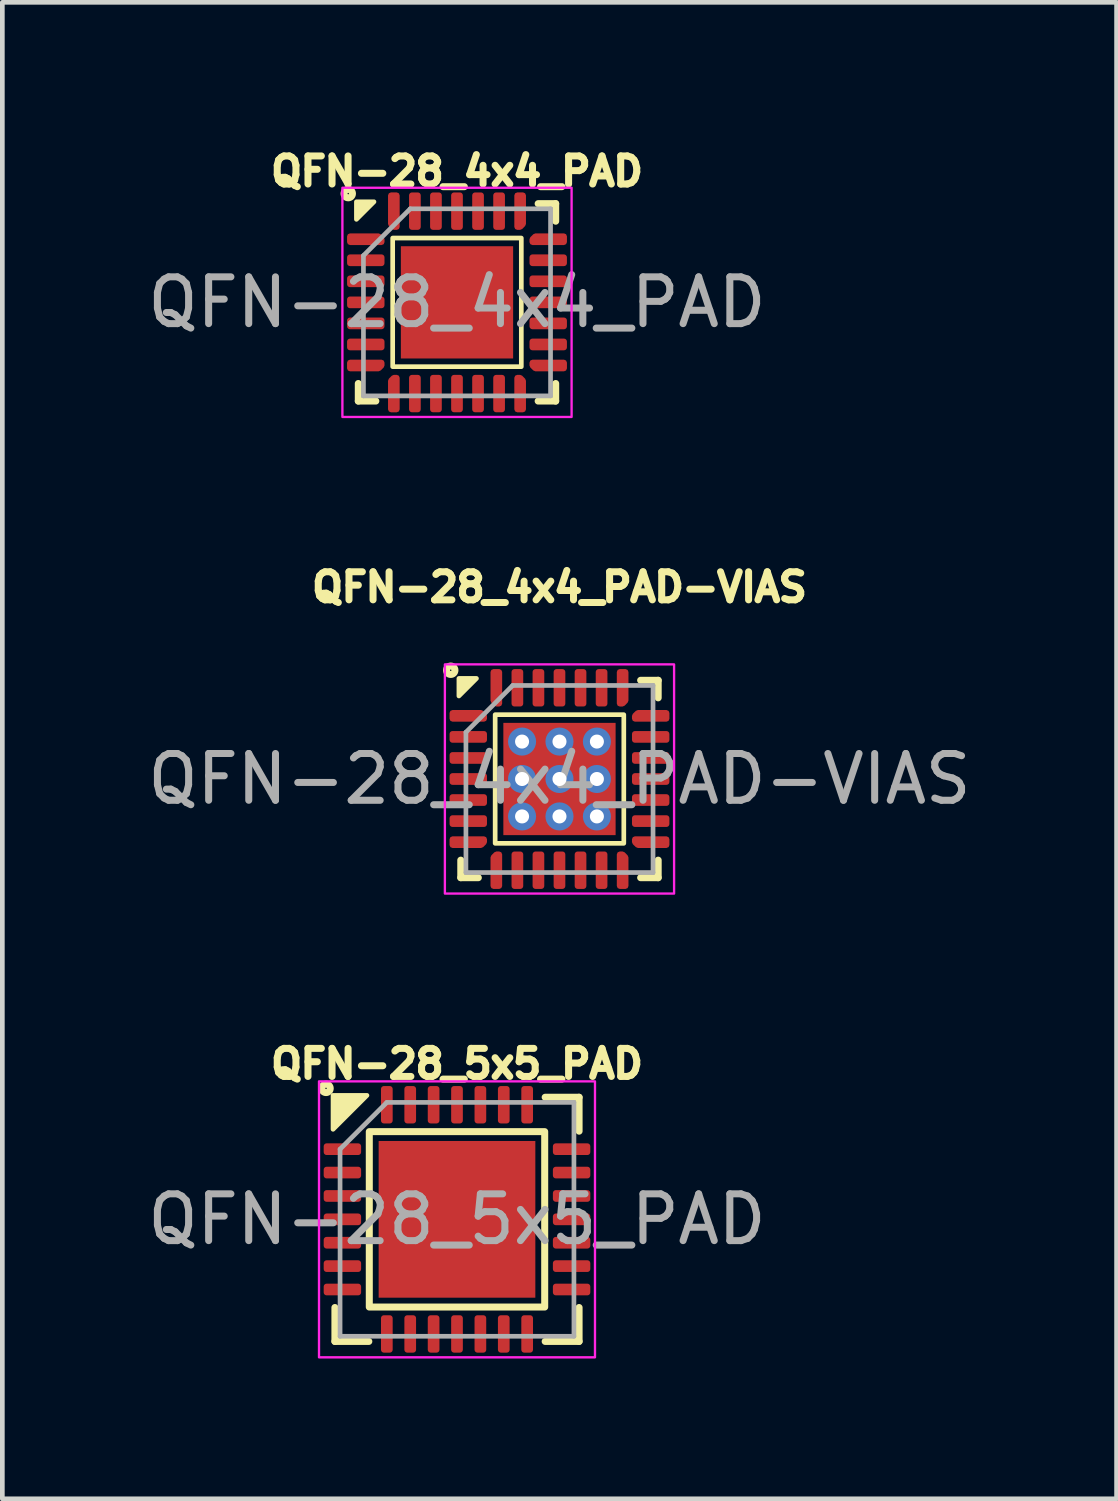
<source format=kicad_pcb>
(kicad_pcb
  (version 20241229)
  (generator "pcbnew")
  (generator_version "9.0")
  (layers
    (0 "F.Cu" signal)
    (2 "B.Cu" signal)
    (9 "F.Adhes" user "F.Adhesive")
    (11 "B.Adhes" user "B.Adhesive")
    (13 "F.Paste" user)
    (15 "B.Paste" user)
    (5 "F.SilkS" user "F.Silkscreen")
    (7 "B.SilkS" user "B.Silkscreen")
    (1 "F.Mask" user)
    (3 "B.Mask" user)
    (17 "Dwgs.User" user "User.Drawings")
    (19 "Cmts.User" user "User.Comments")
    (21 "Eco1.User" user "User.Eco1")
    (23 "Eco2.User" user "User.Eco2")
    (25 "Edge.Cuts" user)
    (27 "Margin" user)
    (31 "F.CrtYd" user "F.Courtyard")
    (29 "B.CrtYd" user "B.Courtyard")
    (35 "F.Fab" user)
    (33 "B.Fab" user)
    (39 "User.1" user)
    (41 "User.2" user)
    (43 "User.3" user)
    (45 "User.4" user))
  (footprint "QFN-28_4x4_PAD-VIAS"
    (layer "F.Cu")
    (at 8.911 13.604)
    (property "Reference" "QFN-28_4x4_PAD-VIAS" (at 0 -4.1 0) (unlocked yes) (layer "F.SilkS") (effects (font (size 0.6 0.6) (thickness 0.15) (bold yes))))
    (attr smd)
    (fp_line (start -2.11 2.11) (end -2.11 1.735) (stroke (width 0.15) (type solid)) (layer "F.SilkS"))
    (fp_line (start -1.735 2.11) (end -2.11 2.11) (stroke (width 0.15) (type solid)) (layer "F.SilkS"))
    (fp_line (start 1.735 -2.11) (end 2.11 -2.11) (stroke (width 0.15) (type solid)) (layer "F.SilkS"))
    (fp_line (start 1.735 2.11) (end 2.11 2.11) (stroke (width 0.15) (type solid)) (layer "F.SilkS"))
    (fp_line (start 2.11 -2.11) (end 2.11 -1.735) (stroke (width 0.15) (type solid)) (layer "F.SilkS"))
    (fp_line (start 2.11 2.11) (end 2.11 1.735) (stroke (width 0.15) (type solid)) (layer "F.SilkS"))
    (fp_rect (start -1.375 -1.375) (end 1.375 1.375) (stroke (width 0.1) (type default)) (fill no) (layer "F.SilkS"))
    (fp_circle (center -2.325 -2.325) (end -2.235 -2.325) (stroke (width 0.15) (type default)) (fill no) (layer "F.SilkS"))
    (fp_poly (pts (xy -1.775 -2.15) (xy -2.15 -2.15) (xy -2.15 -1.775)) (stroke (width 0.1) (type solid)) (fill yes) (layer "F.SilkS"))
    (fp_rect (start -2.45 -2.45) (end 2.45 2.45) (stroke (width 0.05) (type default)) (fill no) (layer "F.CrtYd"))
    (fp_line (start -2 -1) (end -1 -2) (stroke (width 0.1) (type solid)) (layer "F.Fab"))
    (fp_line (start -2 2) (end -2 -1) (stroke (width 0.1) (type solid)) (layer "F.Fab"))
    (fp_line (start -1 -2) (end 2 -2) (stroke (width 0.1) (type solid)) (layer "F.Fab"))
    (fp_line (start 2 -2) (end 2 2) (stroke (width 0.1) (type solid)) (layer "F.Fab"))
    (fp_line (start 2 2) (end -2 2) (stroke (width 0.1) (type solid)) (layer "F.Fab"))
    (fp_text user "${REFERENCE}" (at 0 0 0) (unlocked yes) (layer "F.Fab") (effects (font (size 1 1) (thickness 0.15))))
    (pad "" smd roundrect (at -0.6 -0.6) (size 0.97 0.97) (layers "F.Paste") (roundrect_rratio 0.25))
    (pad "" smd roundrect (at -0.6 0.6) (size 0.97 0.97) (layers "F.Paste") (roundrect_rratio 0.25))
    (pad "" smd roundrect (at 0.6 -0.6) (size 0.97 0.97) (layers "F.Paste") (roundrect_rratio 0.25))
    (pad "" smd roundrect (at 0.6 0.6) (size 0.97 0.97) (layers "F.Paste") (roundrect_rratio 0.25))
    (pad "1" smd custom (at -1.95 -1.35) (size 0.179 0.179) (layers "F.Cu" "F.Mask" "F.Paste") (options (anchor circle)) (primitives (gr_poly (pts (xy 0.338 0.001) (xy 0.338 0.062) (xy -0.338 0.062) (xy -0.338 -0.062) (xy 0.274 -0.062)) (width 0.125) (fill yes))))
    (pad "2" smd roundrect (at -1.95 -0.9) (size 0.8 0.25) (layers "F.Cu" "F.Mask" "F.Paste") (roundrect_rratio 0.25))
    (pad "3" smd roundrect (at -1.95 -0.45) (size 0.8 0.25) (layers "F.Cu" "F.Mask" "F.Paste") (roundrect_rratio 0.25))
    (pad "4" smd roundrect (at -1.95 0) (size 0.8 0.25) (layers "F.Cu" "F.Mask" "F.Paste") (roundrect_rratio 0.25))
    (pad "5" smd roundrect (at -1.95 0.45) (size 0.8 0.25) (layers "F.Cu" "F.Mask" "F.Paste") (roundrect_rratio 0.25))
    (pad "6" smd roundrect (at -1.95 0.9) (size 0.8 0.25) (layers "F.Cu" "F.Mask" "F.Paste") (roundrect_rratio 0.25))
    (pad "7" smd custom (at -1.95 1.35) (size 0.179 0.179) (layers "F.Cu" "F.Mask" "F.Paste") (options (anchor circle)) (primitives (gr_poly (pts (xy 0.338 -0.001) (xy 0.274 0.062) (xy -0.338 0.062) (xy -0.338 -0.062) (xy 0.338 -0.062)) (width 0.125) (fill yes))))
    (pad "8" smd custom (at -1.35 1.95) (size 0.179 0.179) (layers "F.Cu" "F.Mask" "F.Paste") (options (anchor circle)) (primitives (gr_poly (pts (xy 0.062 0.338) (xy -0.062 0.338) (xy -0.062 -0.274) (xy 0.001 -0.338) (xy 0.062 -0.338)) (width 0.125) (fill yes))))
    (pad "9" smd roundrect (at -0.9 1.95) (size 0.25 0.8) (layers "F.Cu" "F.Mask" "F.Paste") (roundrect_rratio 0.25))
    (pad "10" smd roundrect (at -0.45 1.95) (size 0.25 0.8) (layers "F.Cu" "F.Mask" "F.Paste") (roundrect_rratio 0.25))
    (pad "11" smd roundrect (at 0 1.95) (size 0.25 0.8) (layers "F.Cu" "F.Mask" "F.Paste") (roundrect_rratio 0.25))
    (pad "12" smd roundrect (at 0.45 1.95) (size 0.25 0.8) (layers "F.Cu" "F.Mask" "F.Paste") (roundrect_rratio 0.25))
    (pad "13" smd roundrect (at 0.9 1.95) (size 0.25 0.8) (layers "F.Cu" "F.Mask" "F.Paste") (roundrect_rratio 0.25))
    (pad "14" smd custom (at 1.35 1.95) (size 0.179 0.179) (layers "F.Cu" "F.Mask" "F.Paste") (options (anchor circle)) (primitives (gr_poly (pts (xy 0.062 -0.274) (xy 0.062 0.338) (xy -0.062 0.338) (xy -0.062 -0.338) (xy -0.001 -0.338)) (width 0.125) (fill yes))))
    (pad "15" smd custom (at 1.95 1.35) (size 0.179 0.179) (layers "F.Cu" "F.Mask" "F.Paste") (options (anchor circle)) (primitives (gr_poly (pts (xy 0.338 0.062) (xy -0.274 0.062) (xy -0.338 -0.001) (xy -0.338 -0.062) (xy 0.338 -0.062)) (width 0.125) (fill yes))))
    (pad "16" smd roundrect (at 1.95 0.9) (size 0.8 0.25) (layers "F.Cu" "F.Mask" "F.Paste") (roundrect_rratio 0.25))
    (pad "17" smd roundrect (at 1.95 0.45) (size 0.8 0.25) (layers "F.Cu" "F.Mask" "F.Paste") (roundrect_rratio 0.25))
    (pad "18" smd roundrect (at 1.95 0) (size 0.8 0.25) (layers "F.Cu" "F.Mask" "F.Paste") (roundrect_rratio 0.25))
    (pad "19" smd roundrect (at 1.95 -0.45) (size 0.8 0.25) (layers "F.Cu" "F.Mask" "F.Paste") (roundrect_rratio 0.25))
    (pad "20" smd roundrect (at 1.95 -0.9) (size 0.8 0.25) (layers "F.Cu" "F.Mask" "F.Paste") (roundrect_rratio 0.25))
    (pad "21" smd custom (at 1.95 -1.35) (size 0.179 0.179) (layers "F.Cu" "F.Mask" "F.Paste") (options (anchor circle)) (primitives (gr_poly (pts (xy 0.338 0.062) (xy -0.338 0.062) (xy -0.338 0.001) (xy -0.274 -0.062) (xy 0.338 -0.062)) (width 0.125) (fill yes))))
    (pad "22" smd custom (at 1.35 -1.95) (size 0.179 0.179) (layers "F.Cu" "F.Mask" "F.Paste") (options (anchor circle)) (primitives (gr_poly (pts (xy 0.062 0.274) (xy -0.001 0.338) (xy -0.062 0.338) (xy -0.062 -0.338) (xy 0.062 -0.338)) (width 0.125) (fill yes))))
    (pad "23" smd roundrect (at 0.9 -1.95) (size 0.25 0.8) (layers "F.Cu" "F.Mask" "F.Paste") (roundrect_rratio 0.25))
    (pad "24" smd roundrect (at 0.45 -1.95) (size 0.25 0.8) (layers "F.Cu" "F.Mask" "F.Paste") (roundrect_rratio 0.25))
    (pad "25" smd roundrect (at 0 -1.95) (size 0.25 0.8) (layers "F.Cu" "F.Mask" "F.Paste") (roundrect_rratio 0.25))
    (pad "26" smd roundrect (at -0.45 -1.95) (size 0.25 0.8) (layers "F.Cu" "F.Mask" "F.Paste") (roundrect_rratio 0.25))
    (pad "27" smd roundrect (at -0.9 -1.95) (size 0.25 0.8) (layers "F.Cu" "F.Mask" "F.Paste") (roundrect_rratio 0.25))
    (pad "28" smd custom (at -1.35 -1.95) (size 0.179 0.179) (layers "F.Cu" "F.Mask" "F.Paste") (options (anchor circle)) (primitives (gr_poly (pts (xy 0.062 0.338) (xy 0.001 0.338) (xy -0.062 0.274) (xy -0.062 -0.338) (xy 0.062 -0.338)) (width 0.125) (fill yes))))
    (pad "29" thru_hole circle (at -0.8 -0.8) (size 0.6 0.6) (drill 0.3) (layers "*.Cu"))
    (pad "29" thru_hole circle (at -0.8 0) (size 0.6 0.6) (drill 0.3) (layers "*.Cu"))
    (pad "29" thru_hole circle (at -0.8 0.8) (size 0.6 0.6) (drill 0.3) (layers "*.Cu"))
    (pad "29" thru_hole circle (at 0 -0.8) (size 0.6 0.6) (drill 0.3) (layers "*.Cu"))
    (pad "29" thru_hole circle (at 0 0) (size 0.6 0.6) (drill 0.3) (layers "*.Cu"))
    (pad "29" smd rect (at 0 0) (size 2.4 2.4) (layers "F.Cu" "F.Mask"))
    (pad "29" thru_hole circle (at 0 0.8) (size 0.6 0.6) (drill 0.3) (layers "*.Cu"))
    (pad "29" thru_hole circle (at 0.8 -0.8) (size 0.6 0.6) (drill 0.3) (layers "*.Cu"))
    (pad "29" thru_hole circle (at 0.8 0) (size 0.6 0.6) (drill 0.3) (layers "*.Cu"))
    (pad "29" thru_hole circle (at 0.8 0.8) (size 0.6 0.6) (drill 0.3) (layers "*.Cu")))
  (footprint "QFN-28_5x5_PAD"
    (layer "F.Cu")
    (at 6.72 23.018)
    (property "Reference" "QFN-28_5x5_PAD" (at 0 -3.325 0) (unlocked yes) (layer "F.SilkS") (effects (font (size 0.6 0.6) (thickness 0.15) (bold yes))))
    (attr smd)
    (fp_line (start -2.61 2.61) (end -2.61 1.885) (stroke (width 0.15) (type solid)) (layer "F.SilkS"))
    (fp_line (start -1.885 2.61) (end -2.61 2.61) (stroke (width 0.15) (type solid)) (layer "F.SilkS"))
    (fp_line (start 1.885 -2.61) (end 2.61 -2.61) (stroke (width 0.15) (type solid)) (layer "F.SilkS"))
    (fp_line (start 1.885 2.61) (end 2.61 2.61) (stroke (width 0.15) (type solid)) (layer "F.SilkS"))
    (fp_line (start 2.61 -2.61) (end 2.61 -1.885) (stroke (width 0.15) (type solid)) (layer "F.SilkS"))
    (fp_line (start 2.61 2.61) (end 2.61 1.885) (stroke (width 0.15) (type solid)) (layer "F.SilkS"))
    (fp_rect (start -1.875 -1.875) (end 1.875 1.875) (stroke (width 0.15) (type solid)) (fill no) (layer "F.SilkS"))
    (fp_circle (center -2.8 -2.8) (end -2.71 -2.8) (stroke (width 0.15) (type default)) (fill no) (layer "F.SilkS"))
    (fp_poly (pts (xy -2.65 -2.65) (xy -2.65 -1.925) (xy -1.925 -2.65)) (stroke (width 0.1) (type solid)) (fill yes) (layer "F.SilkS"))
    (fp_rect (start -2.95 -2.95) (end 2.95 2.95) (stroke (width 0.05) (type default)) (fill no) (layer "F.CrtYd"))
    (fp_line (start -2.5 -1.5) (end -1.5 -2.5) (stroke (width 0.1) (type solid)) (layer "F.Fab"))
    (fp_line (start -2.5 2.5) (end -2.5 -1.5) (stroke (width 0.1) (type solid)) (layer "F.Fab"))
    (fp_line (start -1.5 -2.5) (end 2.5 -2.5) (stroke (width 0.1) (type solid)) (layer "F.Fab"))
    (fp_line (start 2.5 -2.5) (end 2.5 2.5) (stroke (width 0.1) (type solid)) (layer "F.Fab"))
    (fp_line (start 2.5 2.5) (end -2.5 2.5) (stroke (width 0.1) (type solid)) (layer "F.Fab"))
    (fp_text user "${REFERENCE}" (at 0 0 0) (unlocked yes) (layer "F.Fab") (effects (font (size 1 1) (thickness 0.15))))
    (pad "" smd roundrect (at -1.12 -1.12) (size 0.9 0.9) (layers "F.Paste") (roundrect_rratio 0.25))
    (pad "" smd roundrect (at -1.12 0) (size 0.9 0.9) (layers "F.Paste") (roundrect_rratio 0.25))
    (pad "" smd roundrect (at -1.12 1.12) (size 0.9 0.9) (layers "F.Paste") (roundrect_rratio 0.25))
    (pad "" smd roundrect (at 0 -1.12) (size 0.9 0.9) (layers "F.Paste") (roundrect_rratio 0.25))
    (pad "" smd roundrect (at 0 0) (size 0.9 0.9) (layers "F.Paste") (roundrect_rratio 0.25))
    (pad "" smd roundrect (at 0 1.12) (size 0.9 0.9) (layers "F.Paste") (roundrect_rratio 0.25))
    (pad "" smd roundrect (at 1.12 -1.12) (size 0.9 0.9) (layers "F.Paste") (roundrect_rratio 0.25))
    (pad "" smd roundrect (at 1.12 0) (size 0.9 0.9) (layers "F.Paste") (roundrect_rratio 0.25))
    (pad "" smd roundrect (at 1.12 1.12) (size 0.9 0.9) (layers "F.Paste") (roundrect_rratio 0.25))
    (pad "1" smd roundrect (at -2.45 -1.5) (size 0.8 0.25) (layers "F.Cu" "F.Mask" "F.Paste") (roundrect_rratio 0.25))
    (pad "2" smd roundrect (at -2.45 -1) (size 0.8 0.25) (layers "F.Cu" "F.Mask" "F.Paste") (roundrect_rratio 0.25))
    (pad "3" smd roundrect (at -2.45 -0.5) (size 0.8 0.25) (layers "F.Cu" "F.Mask" "F.Paste") (roundrect_rratio 0.25))
    (pad "4" smd roundrect (at -2.45 0) (size 0.8 0.25) (layers "F.Cu" "F.Mask" "F.Paste") (roundrect_rratio 0.25))
    (pad "5" smd roundrect (at -2.45 0.5) (size 0.8 0.25) (layers "F.Cu" "F.Mask" "F.Paste") (roundrect_rratio 0.25))
    (pad "6" smd roundrect (at -2.45 1) (size 0.8 0.25) (layers "F.Cu" "F.Mask" "F.Paste") (roundrect_rratio 0.25))
    (pad "7" smd roundrect (at -2.45 1.5) (size 0.8 0.25) (layers "F.Cu" "F.Mask" "F.Paste") (roundrect_rratio 0.25))
    (pad "8" smd roundrect (at -1.5 2.45) (size 0.25 0.8) (layers "F.Cu" "F.Mask" "F.Paste") (roundrect_rratio 0.25))
    (pad "9" smd roundrect (at -1 2.45) (size 0.25 0.8) (layers "F.Cu" "F.Mask" "F.Paste") (roundrect_rratio 0.25))
    (pad "10" smd roundrect (at -0.5 2.45) (size 0.25 0.8) (layers "F.Cu" "F.Mask" "F.Paste") (roundrect_rratio 0.25))
    (pad "11" smd roundrect (at 0 2.45) (size 0.25 0.8) (layers "F.Cu" "F.Mask" "F.Paste") (roundrect_rratio 0.25))
    (pad "12" smd roundrect (at 0.5 2.45) (size 0.25 0.8) (layers "F.Cu" "F.Mask" "F.Paste") (roundrect_rratio 0.25))
    (pad "13" smd roundrect (at 1 2.45) (size 0.25 0.8) (layers "F.Cu" "F.Mask" "F.Paste") (roundrect_rratio 0.25))
    (pad "14" smd roundrect (at 1.5 2.45) (size 0.25 0.8) (layers "F.Cu" "F.Mask" "F.Paste") (roundrect_rratio 0.25))
    (pad "15" smd roundrect (at 2.45 1.5) (size 0.8 0.25) (layers "F.Cu" "F.Mask" "F.Paste") (roundrect_rratio 0.25))
    (pad "16" smd roundrect (at 2.45 1) (size 0.8 0.25) (layers "F.Cu" "F.Mask" "F.Paste") (roundrect_rratio 0.25))
    (pad "17" smd roundrect (at 2.45 0.5) (size 0.8 0.25) (layers "F.Cu" "F.Mask" "F.Paste") (roundrect_rratio 0.25))
    (pad "18" smd roundrect (at 2.45 0) (size 0.8 0.25) (layers "F.Cu" "F.Mask" "F.Paste") (roundrect_rratio 0.25))
    (pad "19" smd roundrect (at 2.45 -0.5) (size 0.8 0.25) (layers "F.Cu" "F.Mask" "F.Paste") (roundrect_rratio 0.25))
    (pad "20" smd roundrect (at 2.45 -1) (size 0.8 0.25) (layers "F.Cu" "F.Mask" "F.Paste") (roundrect_rratio 0.25))
    (pad "21" smd roundrect (at 2.45 -1.5) (size 0.8 0.25) (layers "F.Cu" "F.Mask" "F.Paste") (roundrect_rratio 0.25))
    (pad "22" smd roundrect (at 1.5 -2.45) (size 0.25 0.8) (layers "F.Cu" "F.Mask" "F.Paste") (roundrect_rratio 0.25))
    (pad "23" smd roundrect (at 1 -2.45) (size 0.25 0.8) (layers "F.Cu" "F.Mask" "F.Paste") (roundrect_rratio 0.25))
    (pad "24" smd roundrect (at 0.5 -2.45) (size 0.25 0.8) (layers "F.Cu" "F.Mask" "F.Paste") (roundrect_rratio 0.25))
    (pad "25" smd roundrect (at 0 -2.45) (size 0.25 0.8) (layers "F.Cu" "F.Mask" "F.Paste") (roundrect_rratio 0.25))
    (pad "26" smd roundrect (at -0.5 -2.45) (size 0.25 0.8) (layers "F.Cu" "F.Mask" "F.Paste") (roundrect_rratio 0.25))
    (pad "27" smd roundrect (at -1 -2.45) (size 0.25 0.8) (layers "F.Cu" "F.Mask" "F.Paste") (roundrect_rratio 0.25))
    (pad "28" smd roundrect (at -1.5 -2.45) (size 0.25 0.8) (layers "F.Cu" "F.Mask" "F.Paste") (roundrect_rratio 0.25))
    (pad "29" smd rect (at 0 0) (size 3.35 3.35) (layers "F.Cu" "F.Mask")))
  (footprint "QFN-28_4x4_PAD"
    (layer "F.Cu")
    (at 6.72 3.414)
    (property "Reference" "QFN-28_4x4_PAD" (at 0 -2.8 0) (unlocked yes) (layer "F.SilkS") (effects (font (size 0.6 0.6) (thickness 0.15) (bold yes))))
    (attr smd)
    (fp_line (start -2.11 2.11) (end -2.11 1.735) (stroke (width 0.15) (type solid)) (layer "F.SilkS"))
    (fp_line (start -1.735 2.11) (end -2.11 2.11) (stroke (width 0.15) (type solid)) (layer "F.SilkS"))
    (fp_line (start 1.735 -2.11) (end 2.11 -2.11) (stroke (width 0.15) (type solid)) (layer "F.SilkS"))
    (fp_line (start 1.735 2.11) (end 2.11 2.11) (stroke (width 0.15) (type solid)) (layer "F.SilkS"))
    (fp_line (start 2.11 -2.11) (end 2.11 -1.735) (stroke (width 0.15) (type solid)) (layer "F.SilkS"))
    (fp_line (start 2.11 2.11) (end 2.11 1.735) (stroke (width 0.15) (type solid)) (layer "F.SilkS"))
    (fp_rect (start -1.375 -1.375) (end 1.375 1.375) (stroke (width 0.1) (type default)) (fill no) (layer "F.SilkS"))
    (fp_circle (center -2.325 -2.325) (end -2.235 -2.325) (stroke (width 0.15) (type default)) (fill no) (layer "F.SilkS"))
    (fp_poly (pts (xy -1.775 -2.15) (xy -2.15 -2.15) (xy -2.15 -1.775)) (stroke (width 0.1) (type solid)) (fill yes) (layer "F.SilkS"))
    (fp_rect (start -2.45 -2.45) (end 2.45 2.45) (stroke (width 0.05) (type default)) (fill no) (layer "F.CrtYd"))
    (fp_line (start -2 -1) (end -1 -2) (stroke (width 0.1) (type solid)) (layer "F.Fab"))
    (fp_line (start -2 2) (end -2 -1) (stroke (width 0.1) (type solid)) (layer "F.Fab"))
    (fp_line (start -1 -2) (end 2 -2) (stroke (width 0.1) (type solid)) (layer "F.Fab"))
    (fp_line (start 2 -2) (end 2 2) (stroke (width 0.1) (type solid)) (layer "F.Fab"))
    (fp_line (start 2 2) (end -2 2) (stroke (width 0.1) (type solid)) (layer "F.Fab"))
    (fp_text user "${REFERENCE}" (at 0 0 0) (unlocked yes) (layer "F.Fab") (effects (font (size 1 1) (thickness 0.15))))
    (pad "" smd roundrect (at -0.6 -0.6) (size 0.97 0.97) (layers "F.Paste") (roundrect_rratio 0.25))
    (pad "" smd roundrect (at -0.6 0.6) (size 0.97 0.97) (layers "F.Paste") (roundrect_rratio 0.25))
    (pad "" smd roundrect (at 0.6 -0.6) (size 0.97 0.97) (layers "F.Paste") (roundrect_rratio 0.25))
    (pad "" smd roundrect (at 0.6 0.6) (size 0.97 0.97) (layers "F.Paste") (roundrect_rratio 0.25))
    (pad "1" smd custom (at -1.95 -1.35) (size 0.179 0.179) (layers "F.Cu" "F.Mask" "F.Paste") (options (anchor circle)) (primitives (gr_poly (pts (xy 0.338 0.001) (xy 0.338 0.062) (xy -0.338 0.062) (xy -0.338 -0.062) (xy 0.274 -0.062)) (width 0.125) (fill yes))))
    (pad "2" smd roundrect (at -1.95 -0.9) (size 0.8 0.25) (layers "F.Cu" "F.Mask" "F.Paste") (roundrect_rratio 0.25))
    (pad "3" smd roundrect (at -1.95 -0.45) (size 0.8 0.25) (layers "F.Cu" "F.Mask" "F.Paste") (roundrect_rratio 0.25))
    (pad "4" smd roundrect (at -1.95 0) (size 0.8 0.25) (layers "F.Cu" "F.Mask" "F.Paste") (roundrect_rratio 0.25))
    (pad "5" smd roundrect (at -1.95 0.45) (size 0.8 0.25) (layers "F.Cu" "F.Mask" "F.Paste") (roundrect_rratio 0.25))
    (pad "6" smd roundrect (at -1.95 0.9) (size 0.8 0.25) (layers "F.Cu" "F.Mask" "F.Paste") (roundrect_rratio 0.25))
    (pad "7" smd custom (at -1.95 1.35) (size 0.179 0.179) (layers "F.Cu" "F.Mask" "F.Paste") (options (anchor circle)) (primitives (gr_poly (pts (xy 0.338 -0.001) (xy 0.274 0.062) (xy -0.338 0.062) (xy -0.338 -0.062) (xy 0.338 -0.062)) (width 0.125) (fill yes))))
    (pad "8" smd custom (at -1.35 1.95) (size 0.179 0.179) (layers "F.Cu" "F.Mask" "F.Paste") (options (anchor circle)) (primitives (gr_poly (pts (xy 0.062 0.338) (xy -0.062 0.338) (xy -0.062 -0.274) (xy 0.001 -0.338) (xy 0.062 -0.338)) (width 0.125) (fill yes))))
    (pad "9" smd roundrect (at -0.9 1.95) (size 0.25 0.8) (layers "F.Cu" "F.Mask" "F.Paste") (roundrect_rratio 0.25))
    (pad "10" smd roundrect (at -0.45 1.95) (size 0.25 0.8) (layers "F.Cu" "F.Mask" "F.Paste") (roundrect_rratio 0.25))
    (pad "11" smd roundrect (at 0 1.95) (size 0.25 0.8) (layers "F.Cu" "F.Mask" "F.Paste") (roundrect_rratio 0.25))
    (pad "12" smd roundrect (at 0.45 1.95) (size 0.25 0.8) (layers "F.Cu" "F.Mask" "F.Paste") (roundrect_rratio 0.25))
    (pad "13" smd roundrect (at 0.9 1.95) (size 0.25 0.8) (layers "F.Cu" "F.Mask" "F.Paste") (roundrect_rratio 0.25))
    (pad "14" smd custom (at 1.35 1.95) (size 0.179 0.179) (layers "F.Cu" "F.Mask" "F.Paste") (options (anchor circle)) (primitives (gr_poly (pts (xy 0.062 -0.274) (xy 0.062 0.338) (xy -0.062 0.338) (xy -0.062 -0.338) (xy -0.001 -0.338)) (width 0.125) (fill yes))))
    (pad "15" smd custom (at 1.95 1.35) (size 0.179 0.179) (layers "F.Cu" "F.Mask" "F.Paste") (options (anchor circle)) (primitives (gr_poly (pts (xy 0.338 0.062) (xy -0.274 0.062) (xy -0.338 -0.001) (xy -0.338 -0.062) (xy 0.338 -0.062)) (width 0.125) (fill yes))))
    (pad "16" smd roundrect (at 1.95 0.9) (size 0.8 0.25) (layers "F.Cu" "F.Mask" "F.Paste") (roundrect_rratio 0.25))
    (pad "17" smd roundrect (at 1.95 0.45) (size 0.8 0.25) (layers "F.Cu" "F.Mask" "F.Paste") (roundrect_rratio 0.25))
    (pad "18" smd roundrect (at 1.95 0) (size 0.8 0.25) (layers "F.Cu" "F.Mask" "F.Paste") (roundrect_rratio 0.25))
    (pad "19" smd roundrect (at 1.95 -0.45) (size 0.8 0.25) (layers "F.Cu" "F.Mask" "F.Paste") (roundrect_rratio 0.25))
    (pad "20" smd roundrect (at 1.95 -0.9) (size 0.8 0.25) (layers "F.Cu" "F.Mask" "F.Paste") (roundrect_rratio 0.25))
    (pad "21" smd custom (at 1.95 -1.35) (size 0.179 0.179) (layers "F.Cu" "F.Mask" "F.Paste") (options (anchor circle)) (primitives (gr_poly (pts (xy 0.338 0.062) (xy -0.338 0.062) (xy -0.338 0.001) (xy -0.274 -0.062) (xy 0.338 -0.062)) (width 0.125) (fill yes))))
    (pad "22" smd custom (at 1.35 -1.95) (size 0.179 0.179) (layers "F.Cu" "F.Mask" "F.Paste") (options (anchor circle)) (primitives (gr_poly (pts (xy 0.062 0.274) (xy -0.001 0.338) (xy -0.062 0.338) (xy -0.062 -0.338) (xy 0.062 -0.338)) (width 0.125) (fill yes))))
    (pad "23" smd roundrect (at 0.9 -1.95) (size 0.25 0.8) (layers "F.Cu" "F.Mask" "F.Paste") (roundrect_rratio 0.25))
    (pad "24" smd roundrect (at 0.45 -1.95) (size 0.25 0.8) (layers "F.Cu" "F.Mask" "F.Paste") (roundrect_rratio 0.25))
    (pad "25" smd roundrect (at 0 -1.95) (size 0.25 0.8) (layers "F.Cu" "F.Mask" "F.Paste") (roundrect_rratio 0.25))
    (pad "26" smd roundrect (at -0.45 -1.95) (size 0.25 0.8) (layers "F.Cu" "F.Mask" "F.Paste") (roundrect_rratio 0.25))
    (pad "27" smd roundrect (at -0.9 -1.95) (size 0.25 0.8) (layers "F.Cu" "F.Mask" "F.Paste") (roundrect_rratio 0.25))
    (pad "28" smd custom (at -1.35 -1.95) (size 0.179 0.179) (layers "F.Cu" "F.Mask" "F.Paste") (options (anchor circle)) (primitives (gr_poly (pts (xy 0.062 0.338) (xy 0.001 0.338) (xy -0.062 0.274) (xy -0.062 -0.338) (xy 0.062 -0.338)) (width 0.125) (fill yes))))
    (pad "29" smd rect (at 0 0) (size 2.4 2.4) (layers "F.Cu" "F.Mask")))
  (gr_rect
    (start -3 -3)
    (end 20.821 28.993)
    (stroke (width 0.1) (type default))
    (fill no)
    (layer "Edge.Cuts")))
</source>
